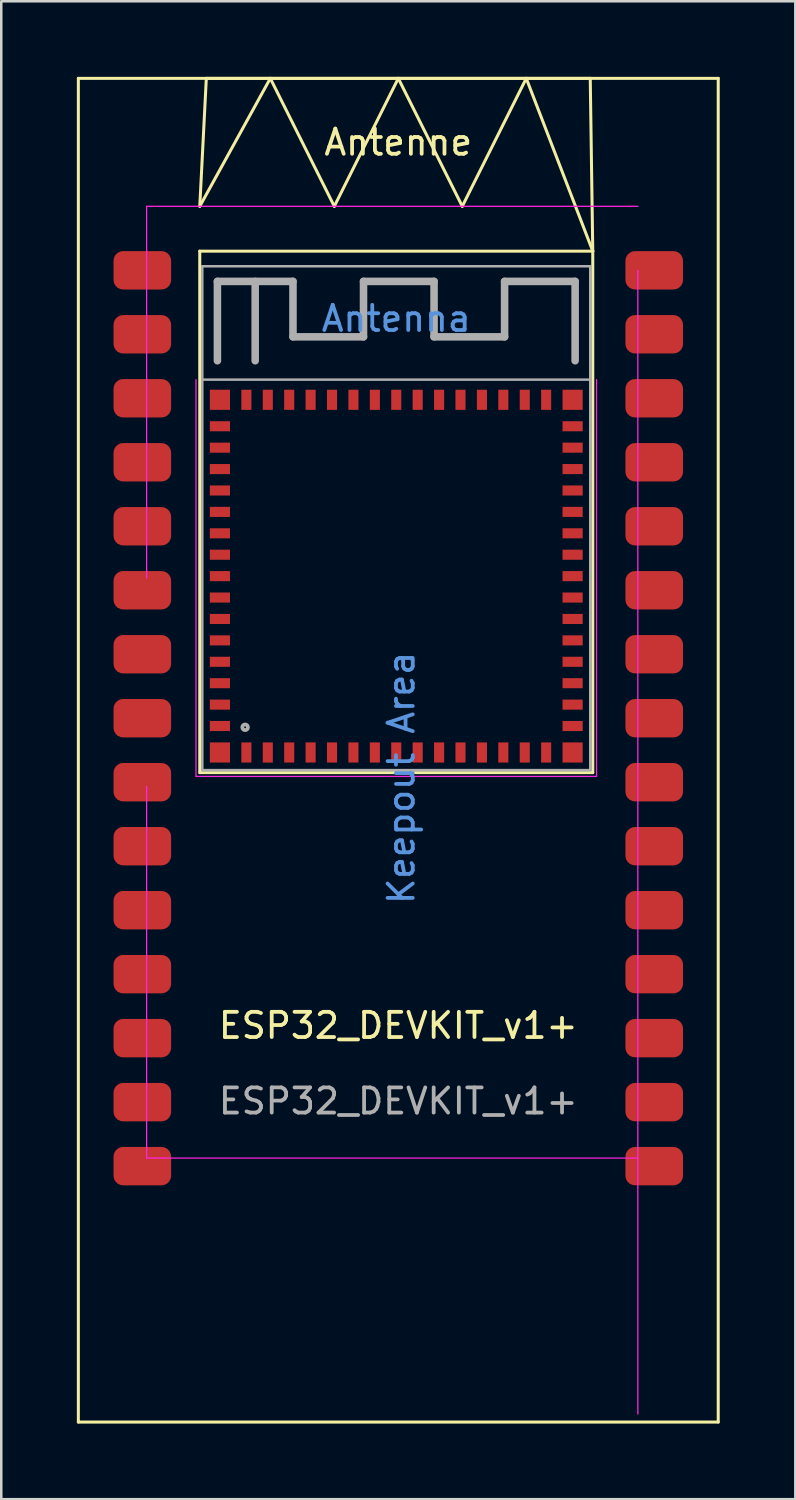
<source format=kicad_pcb>
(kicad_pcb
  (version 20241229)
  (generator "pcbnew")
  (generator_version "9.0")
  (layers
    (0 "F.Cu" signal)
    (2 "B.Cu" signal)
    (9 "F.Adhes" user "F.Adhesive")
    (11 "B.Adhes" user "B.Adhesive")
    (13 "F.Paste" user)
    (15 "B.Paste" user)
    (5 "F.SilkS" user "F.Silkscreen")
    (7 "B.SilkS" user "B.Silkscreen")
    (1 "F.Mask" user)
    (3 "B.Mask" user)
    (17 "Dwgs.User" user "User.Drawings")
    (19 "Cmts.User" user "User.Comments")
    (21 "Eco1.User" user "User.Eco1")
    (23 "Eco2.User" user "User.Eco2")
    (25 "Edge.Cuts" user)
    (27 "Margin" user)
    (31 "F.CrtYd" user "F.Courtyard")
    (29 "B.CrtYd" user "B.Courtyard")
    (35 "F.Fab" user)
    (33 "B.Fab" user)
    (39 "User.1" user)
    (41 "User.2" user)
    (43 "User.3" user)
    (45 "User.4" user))
  (footprint "ESP32_DEVKIT_v1+"
    (layer "F.Cu")
    (at 12.76 38.16)
    (property "Reference" "ESP32_DEVKIT_v1+" (at 0 -0.5 0) (unlocked yes) (layer "F.SilkS") (effects (font (size 1 1) (thickness 0.15))))
    (attr smd)
    (fp_line (start -12.7 -38.1) (end -12.7 15.24) (stroke (width 0.12) (type solid)) (layer "F.SilkS"))
    (fp_line (start -12.7 -38.1) (end 12.7 -38.1) (stroke (width 0.12) (type solid)) (layer "F.SilkS"))
    (fp_line (start -7.88 -33.02) (end -5.08 -38.1) (stroke (width 0.12) (type solid)) (layer "F.SilkS"))
    (fp_line (start -7.88 -31.24) (end 7.72 -31.24) (stroke (width 0.12) (type solid)) (layer "F.SilkS"))
    (fp_line (start -7.88 -10.54) (end -7.88 -31.24) (stroke (width 0.12) (type solid)) (layer "F.SilkS"))
    (fp_line (start -7.62 -38.1) (end -7.88 -33.02) (stroke (width 0.12) (type solid)) (layer "F.SilkS"))
    (fp_line (start -5.08 -38.1) (end -2.54 -33.02) (stroke (width 0.12) (type solid)) (layer "F.SilkS"))
    (fp_line (start -2.54 -33.02) (end 0 -38.1) (stroke (width 0.12) (type solid)) (layer "F.SilkS"))
    (fp_line (start 0 -38.1) (end 2.54 -33.02) (stroke (width 0.12) (type solid)) (layer "F.SilkS"))
    (fp_line (start 2.54 -33.02) (end 5.08 -38.1) (stroke (width 0.12) (type solid)) (layer "F.SilkS"))
    (fp_line (start 5.08 -38.1) (end 7.72 -31.24) (stroke (width 0.12) (type solid)) (layer "F.SilkS"))
    (fp_line (start 7.62 -38.1) (end -7.62 -38.1) (stroke (width 0.12) (type solid)) (layer "F.SilkS"))
    (fp_line (start 7.72 -31.24) (end 7.62 -38.1) (stroke (width 0.12) (type solid)) (layer "F.SilkS"))
    (fp_line (start 7.72 -31.24) (end 7.72 -10.54) (stroke (width 0.12) (type solid)) (layer "F.SilkS"))
    (fp_line (start 7.72 -10.54) (end -7.88 -10.54) (stroke (width 0.12) (type solid)) (layer "F.SilkS"))
    (fp_line (start 12.7 -38.1) (end 12.7 15.24) (stroke (width 0.12) (type solid)) (layer "F.SilkS"))
    (fp_line (start 12.7 15.24) (end -12.7 15.24) (stroke (width 0.12) (type solid)) (layer "F.SilkS"))
    (fp_line (start -9.99 -33.02) (end 9.51 -33.02) (stroke (width 0.05) (type solid)) (layer "F.CrtYd"))
    (fp_line (start -9.99 -18.27) (end -9.99 -33.02) (stroke (width 0.05) (type solid)) (layer "F.CrtYd"))
    (fp_line (start -9.99 -9.99) (end -9.99 4.76) (stroke (width 0.05) (type solid)) (layer "F.CrtYd"))
    (fp_line (start -9.99 4.76) (end 9.51 4.76) (stroke (width 0.05) (type solid)) (layer "F.CrtYd"))
    (fp_line (start -8.03 -10.39) (end -8.03 -26.14) (stroke (width 0.05) (type solid)) (layer "F.CrtYd"))
    (fp_line (start 7.87 -26.14) (end 7.87 -10.39) (stroke (width 0.05) (type solid)) (layer "F.CrtYd"))
    (fp_line (start 7.87 -10.39) (end -8.03 -10.39) (stroke (width 0.05) (type solid)) (layer "F.CrtYd"))
    (fp_line (start 9.51 -30.48) (end 9.51 14.92) (stroke (width 0.05) (type solid)) (layer "F.CrtYd"))
    (fp_line (start -7.78 -30.64) (end 7.62 -30.64) (stroke (width 0.1) (type solid)) (layer "F.Fab"))
    (fp_line (start -7.78 -26.14) (end 7.62 -26.14) (stroke (width 0.1) (type solid)) (layer "F.Fab"))
    (fp_line (start -7.78 -10.64) (end -7.78 -30.64) (stroke (width 0.1) (type solid)) (layer "F.Fab"))
    (fp_line (start -7.18 -30.04) (end -4.18 -30.04) (stroke (width 0.3) (type solid)) (layer "F.Fab"))
    (fp_line (start -7.18 -26.89) (end -7.18 -30.04) (stroke (width 0.3) (type solid)) (layer "F.Fab"))
    (fp_line (start -5.68 -26.89) (end -5.68 -30.04) (stroke (width 0.3) (type solid)) (layer "F.Fab"))
    (fp_line (start -4.18 -30.04) (end -4.18 -27.84) (stroke (width 0.3) (type solid)) (layer "F.Fab"))
    (fp_line (start -4.18 -27.84) (end -1.38 -27.84) (stroke (width 0.3) (type solid)) (layer "F.Fab"))
    (fp_line (start -1.38 -30.04) (end 1.42 -30.04) (stroke (width 0.3) (type solid)) (layer "F.Fab"))
    (fp_line (start -1.38 -27.84) (end -1.38 -30.04) (stroke (width 0.3) (type solid)) (layer "F.Fab"))
    (fp_line (start 1.42 -30.04) (end 1.42 -27.84) (stroke (width 0.3) (type solid)) (layer "F.Fab"))
    (fp_line (start 1.42 -27.84) (end 4.22 -27.84) (stroke (width 0.3) (type solid)) (layer "F.Fab"))
    (fp_line (start 4.22 -30.04) (end 7.02 -30.04) (stroke (width 0.3) (type solid)) (layer "F.Fab"))
    (fp_line (start 4.22 -27.84) (end 4.22 -30.04) (stroke (width 0.3) (type solid)) (layer "F.Fab"))
    (fp_line (start 7.02 -30.04) (end 7.02 -26.89) (stroke (width 0.3) (type solid)) (layer "F.Fab"))
    (fp_line (start 7.62 -30.64) (end 7.62 -10.64) (stroke (width 0.1) (type solid)) (layer "F.Fab"))
    (fp_line (start 7.62 -10.64) (end -7.78 -10.64) (stroke (width 0.1) (type solid)) (layer "F.Fab"))
    (fp_circle (center -6.08 -12.34) (end -5.968 -12.34) (stroke (width 0.15) (type solid)) (fill no) (layer "F.Fab"))
    (fp_text user "Antenne" (at 0 -35.56 0) (unlocked yes) (layer "F.SilkS") (effects (font (size 1 1) (thickness 0.15))))
    (fp_text user "Keepout Area" (at 0.12 -10.33 270) (layer "Cmts.User") (effects (font (size 1 1) (thickness 0.15))))
    (fp_text user "Antenna" (at -0.08 -28.565 0) (layer "Cmts.User") (effects (font (size 1 1) (thickness 0.15))))
    (fp_text user "${REFERENCE}" (at 0 2.5 0) (unlocked yes) (layer "F.Fab") (effects (font (size 1 1) (thickness 0.15))))
    (pad "1" smd rect (at -7.08 -24.29) (size 0.8 0.4) (layers "F.Cu" "F.Mask" "F.Paste"))
    (pad "2" smd rect (at -7.08 -23.44) (size 0.8 0.4) (layers "F.Cu" "F.Mask" "F.Paste"))
    (pad "3" smd rect (at -7.08 -22.59) (size 0.8 0.4) (layers "F.Cu" "F.Mask" "F.Paste"))
    (pad "3V3" smd roundrect (at 10.16 5.08) (size 2.286 1.524) (layers "F.Cu" "F.Mask" "F.Paste") (roundrect_rratio 0.25))
    (pad "4" smd rect (at -7.08 -21.74) (size 0.8 0.4) (layers "F.Cu" "F.Mask" "F.Paste"))
    (pad "5" smd rect (at -7.08 -20.89) (size 0.8 0.4) (layers "F.Cu" "F.Mask" "F.Paste"))
    (pad "6" smd rect (at -7.08 -20.04) (size 0.8 0.4) (layers "F.Cu" "F.Mask" "F.Paste"))
    (pad "7" smd rect (at -7.08 -19.19) (size 0.8 0.4) (layers "F.Cu" "F.Mask" "F.Paste"))
    (pad "8" smd rect (at -7.08 -18.34) (size 0.8 0.4) (layers "F.Cu" "F.Mask" "F.Paste"))
    (pad "9" smd rect (at -7.08 -17.49) (size 0.8 0.4) (layers "F.Cu" "F.Mask" "F.Paste"))
    (pad "10" smd rect (at -7.08 -16.64) (size 0.8 0.4) (layers "F.Cu" "F.Mask" "F.Paste"))
    (pad "11" smd rect (at -7.08 -15.79) (size 0.8 0.4) (layers "F.Cu" "F.Mask" "F.Paste"))
    (pad "12" smd rect (at -7.08 -14.94) (size 0.8 0.4) (layers "F.Cu" "F.Mask" "F.Paste"))
    (pad "13" smd rect (at -7.08 -14.09) (size 0.8 0.4) (layers "F.Cu" "F.Mask" "F.Paste"))
    (pad "14" smd rect (at -7.08 -13.24) (size 0.8 0.4) (layers "F.Cu" "F.Mask" "F.Paste"))
    (pad "15" smd rect (at -7.08 -12.39) (size 0.8 0.4) (layers "F.Cu" "F.Mask" "F.Paste"))
    (pad "16" smd rect (at -6.03 -11.34 90) (size 0.8 0.4) (layers "F.Cu" "F.Mask" "F.Paste"))
    (pad "17" smd rect (at -5.18 -11.34 90) (size 0.8 0.4) (layers "F.Cu" "F.Mask" "F.Paste"))
    (pad "18" smd rect (at -4.33 -11.34 90) (size 0.8 0.4) (layers "F.Cu" "F.Mask" "F.Paste"))
    (pad "19" smd rect (at -3.48 -11.34 90) (size 0.8 0.4) (layers "F.Cu" "F.Mask" "F.Paste"))
    (pad "20" smd rect (at -2.63 -11.34 90) (size 0.8 0.4) (layers "F.Cu" "F.Mask" "F.Paste"))
    (pad "21" smd rect (at -1.78 -11.34 90) (size 0.8 0.4) (layers "F.Cu" "F.Mask" "F.Paste"))
    (pad "22" smd rect (at -0.93 -11.34 90) (size 0.8 0.4) (layers "F.Cu" "F.Mask" "F.Paste"))
    (pad "23" smd rect (at -0.08 -11.34 90) (size 0.8 0.4) (layers "F.Cu" "F.Mask" "F.Paste"))
    (pad "24" smd rect (at 0.77 -11.34 90) (size 0.8 0.4) (layers "F.Cu" "F.Mask" "F.Paste"))
    (pad "25" smd rect (at 1.62 -11.34 90) (size 0.8 0.4) (layers "F.Cu" "F.Mask" "F.Paste"))
    (pad "26" smd rect (at 2.47 -11.34 90) (size 0.8 0.4) (layers "F.Cu" "F.Mask" "F.Paste"))
    (pad "27" smd rect (at 3.32 -11.34 90) (size 0.8 0.4) (layers "F.Cu" "F.Mask" "F.Paste"))
    (pad "28" smd rect (at 4.17 -11.34 90) (size 0.8 0.4) (layers "F.Cu" "F.Mask" "F.Paste"))
    (pad "29" smd rect (at 5.02 -11.34 90) (size 0.8 0.4) (layers "F.Cu" "F.Mask" "F.Paste"))
    (pad "30" smd rect (at 5.87 -11.34 90) (size 0.8 0.4) (layers "F.Cu" "F.Mask" "F.Paste"))
    (pad "31" smd rect (at 6.92 -12.39) (size 0.8 0.4) (layers "F.Cu" "F.Mask" "F.Paste"))
    (pad "32" smd rect (at 6.92 -13.24) (size 0.8 0.4) (layers "F.Cu" "F.Mask" "F.Paste"))
    (pad "33" smd rect (at 6.92 -14.09) (size 0.8 0.4) (layers "F.Cu" "F.Mask" "F.Paste"))
    (pad "34" smd rect (at 6.92 -14.94) (size 0.8 0.4) (layers "F.Cu" "F.Mask" "F.Paste"))
    (pad "35" smd rect (at 6.92 -15.79) (size 0.8 0.4) (layers "F.Cu" "F.Mask" "F.Paste"))
    (pad "36" smd rect (at 6.92 -16.64) (size 0.8 0.4) (layers "F.Cu" "F.Mask" "F.Paste"))
    (pad "37" smd rect (at 6.92 -17.49) (size 0.8 0.4) (layers "F.Cu" "F.Mask" "F.Paste"))
    (pad "38" smd rect (at 6.92 -18.34) (size 0.8 0.4) (layers "F.Cu" "F.Mask" "F.Paste"))
    (pad "39" smd rect (at 6.92 -19.19) (size 0.8 0.4) (layers "F.Cu" "F.Mask" "F.Paste"))
    (pad "40" smd rect (at 6.92 -20.04) (size 0.8 0.4) (layers "F.Cu" "F.Mask" "F.Paste"))
    (pad "41" smd rect (at 6.92 -20.89) (size 0.8 0.4) (layers "F.Cu" "F.Mask" "F.Paste"))
    (pad "42" smd rect (at 6.92 -21.74) (size 0.8 0.4) (layers "F.Cu" "F.Mask" "F.Paste"))
    (pad "43" smd rect (at 6.92 -22.59) (size 0.8 0.4) (layers "F.Cu" "F.Mask" "F.Paste"))
    (pad "44" smd rect (at 6.92 -23.44) (size 0.8 0.4) (layers "F.Cu" "F.Mask" "F.Paste"))
    (pad "45" smd rect (at 6.92 -24.29) (size 0.8 0.4) (layers "F.Cu" "F.Mask" "F.Paste"))
    (pad "46" smd rect (at 5.87 -25.34 90) (size 0.8 0.4) (layers "F.Cu" "F.Mask" "F.Paste"))
    (pad "47" smd rect (at 5.02 -25.34 90) (size 0.8 0.4) (layers "F.Cu" "F.Mask" "F.Paste"))
    (pad "48" smd rect (at 4.17 -25.34 90) (size 0.8 0.4) (layers "F.Cu" "F.Mask" "F.Paste"))
    (pad "49" smd rect (at 3.32 -25.34 90) (size 0.8 0.4) (layers "F.Cu" "F.Mask" "F.Paste"))
    (pad "50" smd rect (at 2.47 -25.34 90) (size 0.8 0.4) (layers "F.Cu" "F.Mask" "F.Paste"))
    (pad "51" smd rect (at 1.62 -25.34 90) (size 0.8 0.4) (layers "F.Cu" "F.Mask" "F.Paste"))
    (pad "52" smd rect (at 0.77 -25.34 90) (size 0.8 0.4) (layers "F.Cu" "F.Mask" "F.Paste"))
    (pad "53" smd rect (at -0.08 -25.34 90) (size 0.8 0.4) (layers "F.Cu" "F.Mask" "F.Paste"))
    (pad "54" smd rect (at -0.93 -25.34 90) (size 0.8 0.4) (layers "F.Cu" "F.Mask" "F.Paste"))
    (pad "55" smd rect (at -1.78 -25.34 90) (size 0.8 0.4) (layers "F.Cu" "F.Mask" "F.Paste"))
    (pad "56" smd rect (at -2.63 -25.34 90) (size 0.8 0.4) (layers "F.Cu" "F.Mask" "F.Paste"))
    (pad "57" smd rect (at -3.48 -25.34 90) (size 0.8 0.4) (layers "F.Cu" "F.Mask" "F.Paste"))
    (pad "58" smd rect (at -4.33 -25.34 90) (size 0.8 0.4) (layers "F.Cu" "F.Mask" "F.Paste"))
    (pad "59" smd rect (at -5.18 -25.34 90) (size 0.8 0.4) (layers "F.Cu" "F.Mask" "F.Paste"))
    (pad "60" smd rect (at -6.03 -25.34 90) (size 0.8 0.4) (layers "F.Cu" "F.Mask" "F.Paste"))
    (pad "62" smd rect (at -7.08 -25.34) (size 0.8 0.8) (layers "F.Cu" "F.Mask" "F.Paste"))
    (pad "63" smd rect (at -7.08 -11.34) (size 0.8 0.8) (layers "F.Cu" "F.Mask" "F.Paste"))
    (pad "64" smd rect (at 6.92 -11.34) (size 0.8 0.8) (layers "F.Cu" "F.Mask" "F.Paste"))
    (pad "65" smd rect (at 6.92 -25.34) (size 0.8 0.8) (layers "F.Cu" "F.Mask" "F.Paste"))
    (pad "D2" smd roundrect (at 10.16 -2.54) (size 2.286 1.524) (layers "F.Cu" "F.Mask" "F.Paste") (roundrect_rratio 0.25))
    (pad "D4" smd roundrect (at 10.16 -5.08) (size 2.286 1.524) (layers "F.Cu" "F.Mask" "F.Paste") (roundrect_rratio 0.25))
    (pad "D6" smd roundrect (at 10.16 -12.7) (size 2.286 1.524) (layers "F.Cu" "F.Mask" "F.Paste") (roundrect_rratio 0.25))
    (pad "D12" smd roundrect (at -10.16 -2.54) (size 2.286 1.524) (layers "F.Cu" "F.Mask" "F.Paste") (roundrect_rratio 0.25))
    (pad "D13" smd roundrect (at -10.16 0) (size 2.286 1.524) (layers "F.Cu" "F.Mask" "F.Paste") (roundrect_rratio 0.25))
    (pad "D14" smd roundrect (at -10.16 -5.08) (size 2.286 1.524) (layers "F.Cu" "F.Mask" "F.Paste") (roundrect_rratio 0.25))
    (pad "D15" smd roundrect (at 10.16 0) (size 2.286 1.524) (layers "F.Cu" "F.Mask" "F.Paste") (roundrect_rratio 0.25))
    (pad "D16" smd roundrect (at 10.16 -15.24) (size 2.286 1.524) (layers "F.Cu" "F.Mask" "F.Paste") (roundrect_rratio 0.25))
    (pad "D19" smd roundrect (at 10.16 -17.78) (size 2.286 1.524) (layers "F.Cu" "F.Mask" "F.Paste") (roundrect_rratio 0.25))
    (pad "D21" smd roundrect (at 10.16 -20.32) (size 2.286 1.524) (layers "F.Cu" "F.Mask" "F.Paste") (roundrect_rratio 0.25))
    (pad "D22" smd roundrect (at 10.16 -27.94) (size 2.286 1.524) (layers "F.Cu" "F.Mask" "F.Paste") (roundrect_rratio 0.25))
    (pad "D23" smd roundrect (at 10.16 -30.48) (size 2.286 1.524) (layers "F.Cu" "F.Mask" "F.Paste") (roundrect_rratio 0.25))
    (pad "D25" smd roundrect (at -10.16 -12.7) (size 2.286 1.524) (layers "F.Cu" "F.Mask" "F.Paste") (roundrect_rratio 0.25))
    (pad "D26" smd roundrect (at -10.16 -10.16) (size 2.286 1.524) (layers "F.Cu" "F.Mask" "F.Paste") (roundrect_rratio 0.25))
    (pad "D27" smd roundrect (at -10.16 -7.62) (size 2.286 1.524) (layers "F.Cu" "F.Mask" "F.Paste") (roundrect_rratio 0.25))
    (pad "D32" smd roundrect (at -10.16 -17.78) (size 2.286 1.524) (layers "F.Cu" "F.Mask" "F.Paste") (roundrect_rratio 0.25))
    (pad "D33" smd roundrect (at -10.16 -15.24) (size 2.286 1.524) (layers "F.Cu" "F.Mask" "F.Paste") (roundrect_rratio 0.25))
    (pad "D34" smd roundrect (at -10.16 -22.86) (size 2.286 1.524) (layers "F.Cu" "F.Mask" "F.Paste") (roundrect_rratio 0.25))
    (pad "D35" smd roundrect (at -10.16 -20.32) (size 2.286 1.524) (layers "F.Cu" "F.Mask" "F.Paste") (roundrect_rratio 0.25))
    (pad "GND0" smd roundrect (at 10.16 2.54) (size 2.286 1.524) (layers "F.Cu" "F.Mask" "F.Paste") (roundrect_rratio 0.25))
    (pad "GND1" smd roundrect (at -10.16 2.54) (size 2.286 1.524) (layers "F.Cu" "F.Mask" "F.Paste") (roundrect_rratio 0.25))
    (pad "RX0" smd roundrect (at 10.16 -22.86) (size 2.286 1.524) (layers "F.Cu" "F.Mask" "F.Paste") (roundrect_rratio 0.25))
    (pad "RX2" smd roundrect (at 10.16 -7.62) (size 2.286 1.524) (layers "F.Cu" "F.Mask" "F.Paste") (roundrect_rratio 0.25))
    (pad "TX0" smd roundrect (at 10.16 -25.4) (size 2.286 1.524) (layers "F.Cu" "F.Mask" "F.Paste") (roundrect_rratio 0.25))
    (pad "TX2" smd roundrect (at 10.16 -10.16) (size 2.286 1.524) (layers "F.Cu" "F.Mask" "F.Paste") (roundrect_rratio 0.25))
    (pad "VN" smd roundrect (at -10.16 -25.4) (size 2.286 1.524) (layers "F.Cu" "F.Mask" "F.Paste") (roundrect_rratio 0.25))
    (pad "VP" smd roundrect (at -10.16 -27.94) (size 2.286 1.524) (layers "F.Cu" "F.Mask" "F.Paste") (roundrect_rratio 0.25))
    (pad "VP0" smd roundrect (at -10.16 -30.48) (size 2.286 1.524) (layers "F.Cu" "F.Mask" "F.Paste") (roundrect_rratio 0.25))
    (pad "Vin" smd roundrect (at -10.16 5.08) (size 2.286 1.524) (layers "F.Cu" "F.Mask" "F.Paste") (roundrect_rratio 0.25))
    (zone (net_name "") (layers "F.Cu" "B.Cu") (name "Antenna") (hatch full 0.508) (connect_pads) (min_thickness 0.254) (filled_areas_thickness no) (keepout (tracks not_allowed) (vias not_allowed) (pads not_allowed) (copperpour not_allowed) (footprints not_allowed)) (placement (enabled no)) (fill) (polygon (pts (xy 2.77 50.54) (xy 2.77 5.14) (xy 22.27 5.14) (xy 22.27 50.54)))))
  (gr_rect
    (start -3 -3)
    (end 28.52 56.46)
    (stroke (width 0.1) (type default))
    (fill no)
    (layer "Edge.Cuts")))
</source>
